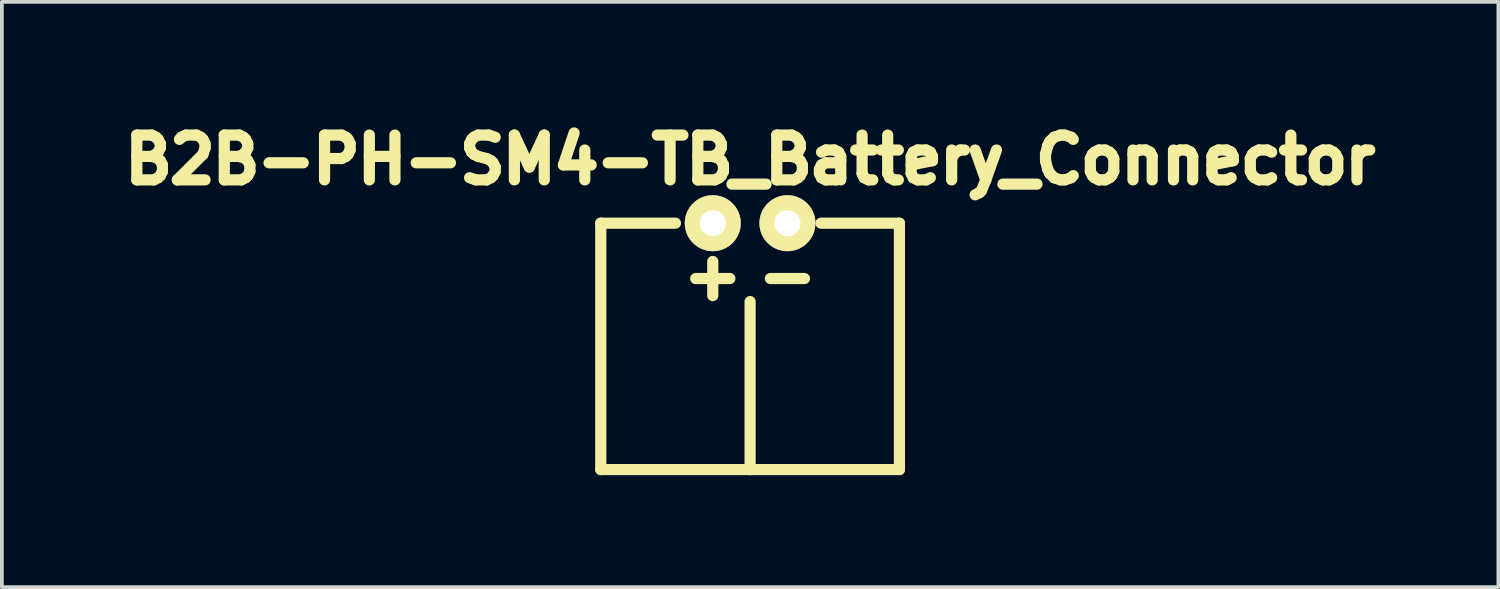
<source format=kicad_pcb>
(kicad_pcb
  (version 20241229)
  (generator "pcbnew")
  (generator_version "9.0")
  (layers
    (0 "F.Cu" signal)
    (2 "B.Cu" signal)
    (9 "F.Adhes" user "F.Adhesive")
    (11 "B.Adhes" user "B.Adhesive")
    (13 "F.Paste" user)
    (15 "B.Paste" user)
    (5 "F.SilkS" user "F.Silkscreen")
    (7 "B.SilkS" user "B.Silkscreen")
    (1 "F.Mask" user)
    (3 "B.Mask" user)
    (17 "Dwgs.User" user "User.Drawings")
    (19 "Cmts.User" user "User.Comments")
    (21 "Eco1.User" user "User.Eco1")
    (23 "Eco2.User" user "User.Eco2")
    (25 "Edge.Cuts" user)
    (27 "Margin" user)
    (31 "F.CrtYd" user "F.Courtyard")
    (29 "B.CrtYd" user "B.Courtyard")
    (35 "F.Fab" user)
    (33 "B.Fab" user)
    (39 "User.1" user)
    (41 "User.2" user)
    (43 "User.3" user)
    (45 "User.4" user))
  (footprint "B2B-PH-SM4-TB_Battery_Connector"
    (layer "F.Cu")
    (at 17.044 2.929)
    (property "Reference" "B2B-PH-SM4-TB_Battery_Connector" (at 0 -1.7 0) (layer "F.SilkS") (effects (font (size 1.2 1.2) (thickness 0.3))))
    (attr through_hole)
    (fp_line (start -4 0) (end -4 6.6) (stroke (width 0.3) (type solid)) (layer "F.SilkS"))
    (fp_line (start -4 6.6) (end 0 6.6) (stroke (width 0.3) (type solid)) (layer "F.SilkS"))
    (fp_line (start -2 0) (end -4 0) (stroke (width 0.3) (type solid)) (layer "F.SilkS"))
    (fp_line (start 0 6.6) (end 0 2.1) (stroke (width 0.3) (type solid)) (layer "F.SilkS"))
    (fp_line (start 1.9 0) (end 4 0) (stroke (width 0.3) (type solid)) (layer "F.SilkS"))
    (fp_line (start 4 0) (end 4 6.6) (stroke (width 0.3) (type solid)) (layer "F.SilkS"))
    (fp_line (start 4 6.6) (end 0 6.6) (stroke (width 0.3) (type solid)) (layer "F.SilkS"))
    (fp_text user "+" (at -1 1.4 0) (layer "F.SilkS") (effects (font (size 1.2 1.2) (thickness 0.3))))
    (fp_text user "-" (at 1 1.4 0) (layer "F.SilkS") (effects (font (size 1.2 1.2) (thickness 0.3))))
    (pad "1" thru_hole circle (at -1 0) (size 1.5 1.5) (drill 0.7) (layers "*.Cu" "*.Mask" "F.SilkS"))
    (pad "2" thru_hole circle (at 1 0) (size 1.5 1.5) (drill 0.7) (layers "*.Cu" "*.Mask" "F.SilkS")))
  (gr_rect
    (start -3 -3)
    (end 37.089 12.678)
    (stroke (width 0.1) (type default))
    (fill no)
    (layer "Edge.Cuts")))
</source>
